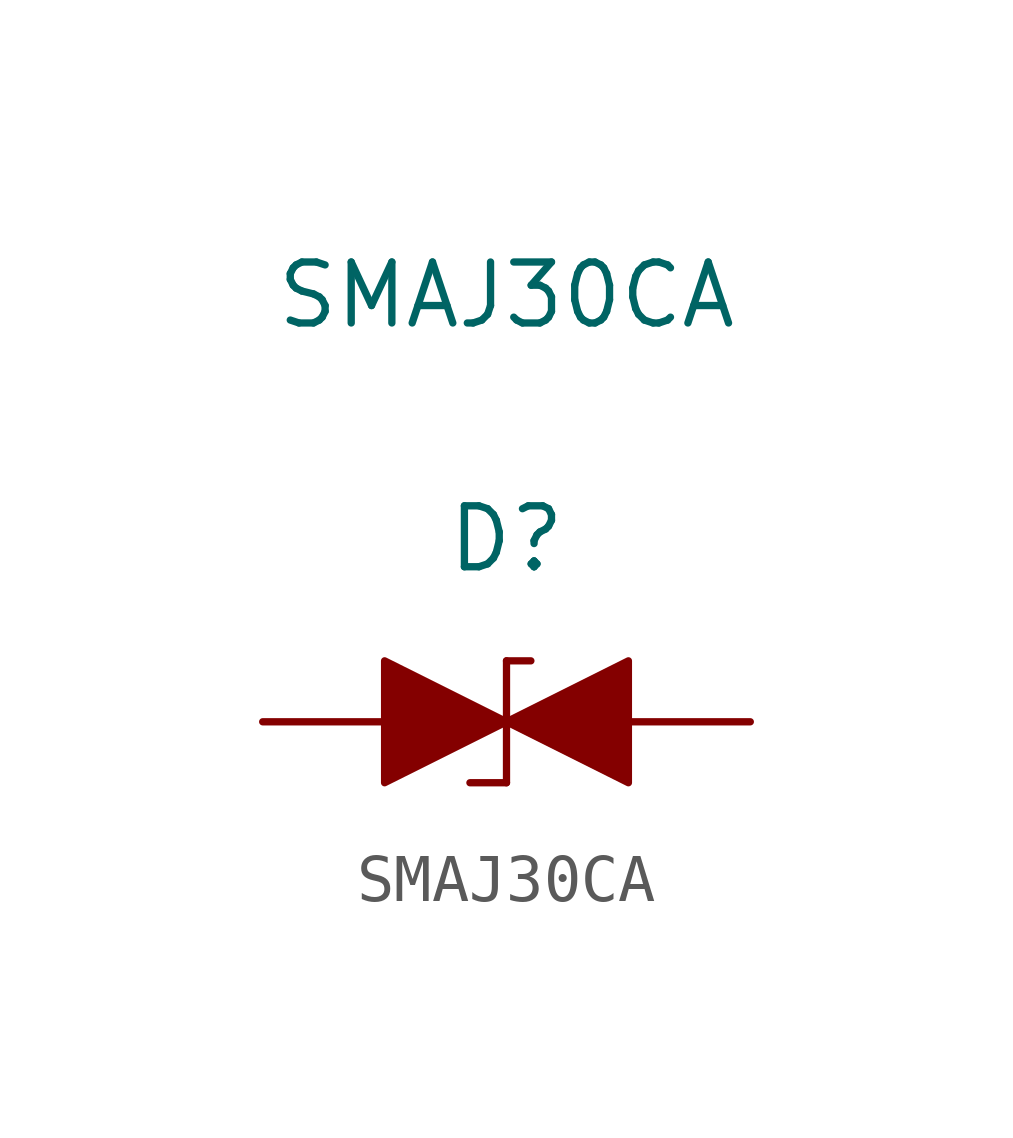
<source format=kicad_sym>
(kicad_symbol_lib
  (version 20220914)
  (generator kicad_symbol_editor)
  (symbol "SMAJ30CA"
    (pin_numbers hide)
    (pin_names
      (offset 1.016) hide)
    (property "Reference" "D"
      (at 0 3.81 0)
      (effects (font (size 1.27 1.27))))
    (property "Value" "SMAJ30CA"
      (at 0 8.89 0)
      (effects (font (size 1.27 1.27))))
    (symbol "SMAJ30CA_1_1"
      (polyline (pts (xy 0 -1.27) (xy -0.762 -1.27)) (stroke (width 0.152) (type solid)) (fill (type none)))
      (polyline (pts (xy 0 0) (xy 0 -1.27)) (stroke (width 0.152) (type solid)) (fill (type none)))
      (polyline (pts (xy 0 1.27) (xy 0 0)) (stroke (width 0.152) (type solid)) (fill (type none)))
      (polyline (pts (xy 0.508 1.27) (xy 0 1.27)) (stroke (width 0.152) (type solid)) (fill (type none)))
      (polyline (pts (xy -2.54 -1.27) (xy 0 0) (xy -2.54 1.27) (xy -2.54 -1.27)) (stroke (width 0.152) (type solid)) (fill (type outline)))
      (polyline (pts (xy 2.54 -1.27) (xy 0 0) (xy 2.54 1.27) (xy 2.54 -1.27)) (stroke (width 0.152) (type solid)) (fill (type outline)))
      (pin input line (at 5.08 0 180) (length 5.08) (name "K" (effects (font (size 1.27 1.27)))) (number "1" (effects (font (size 1.27 1.27)))))
      (pin input line (at -5.08 0 0) (length 5.08) (name "A" (effects (font (size 1.27 1.27)))) (number "2" (effects (font (size 1.27 1.27))))))))
</source>
